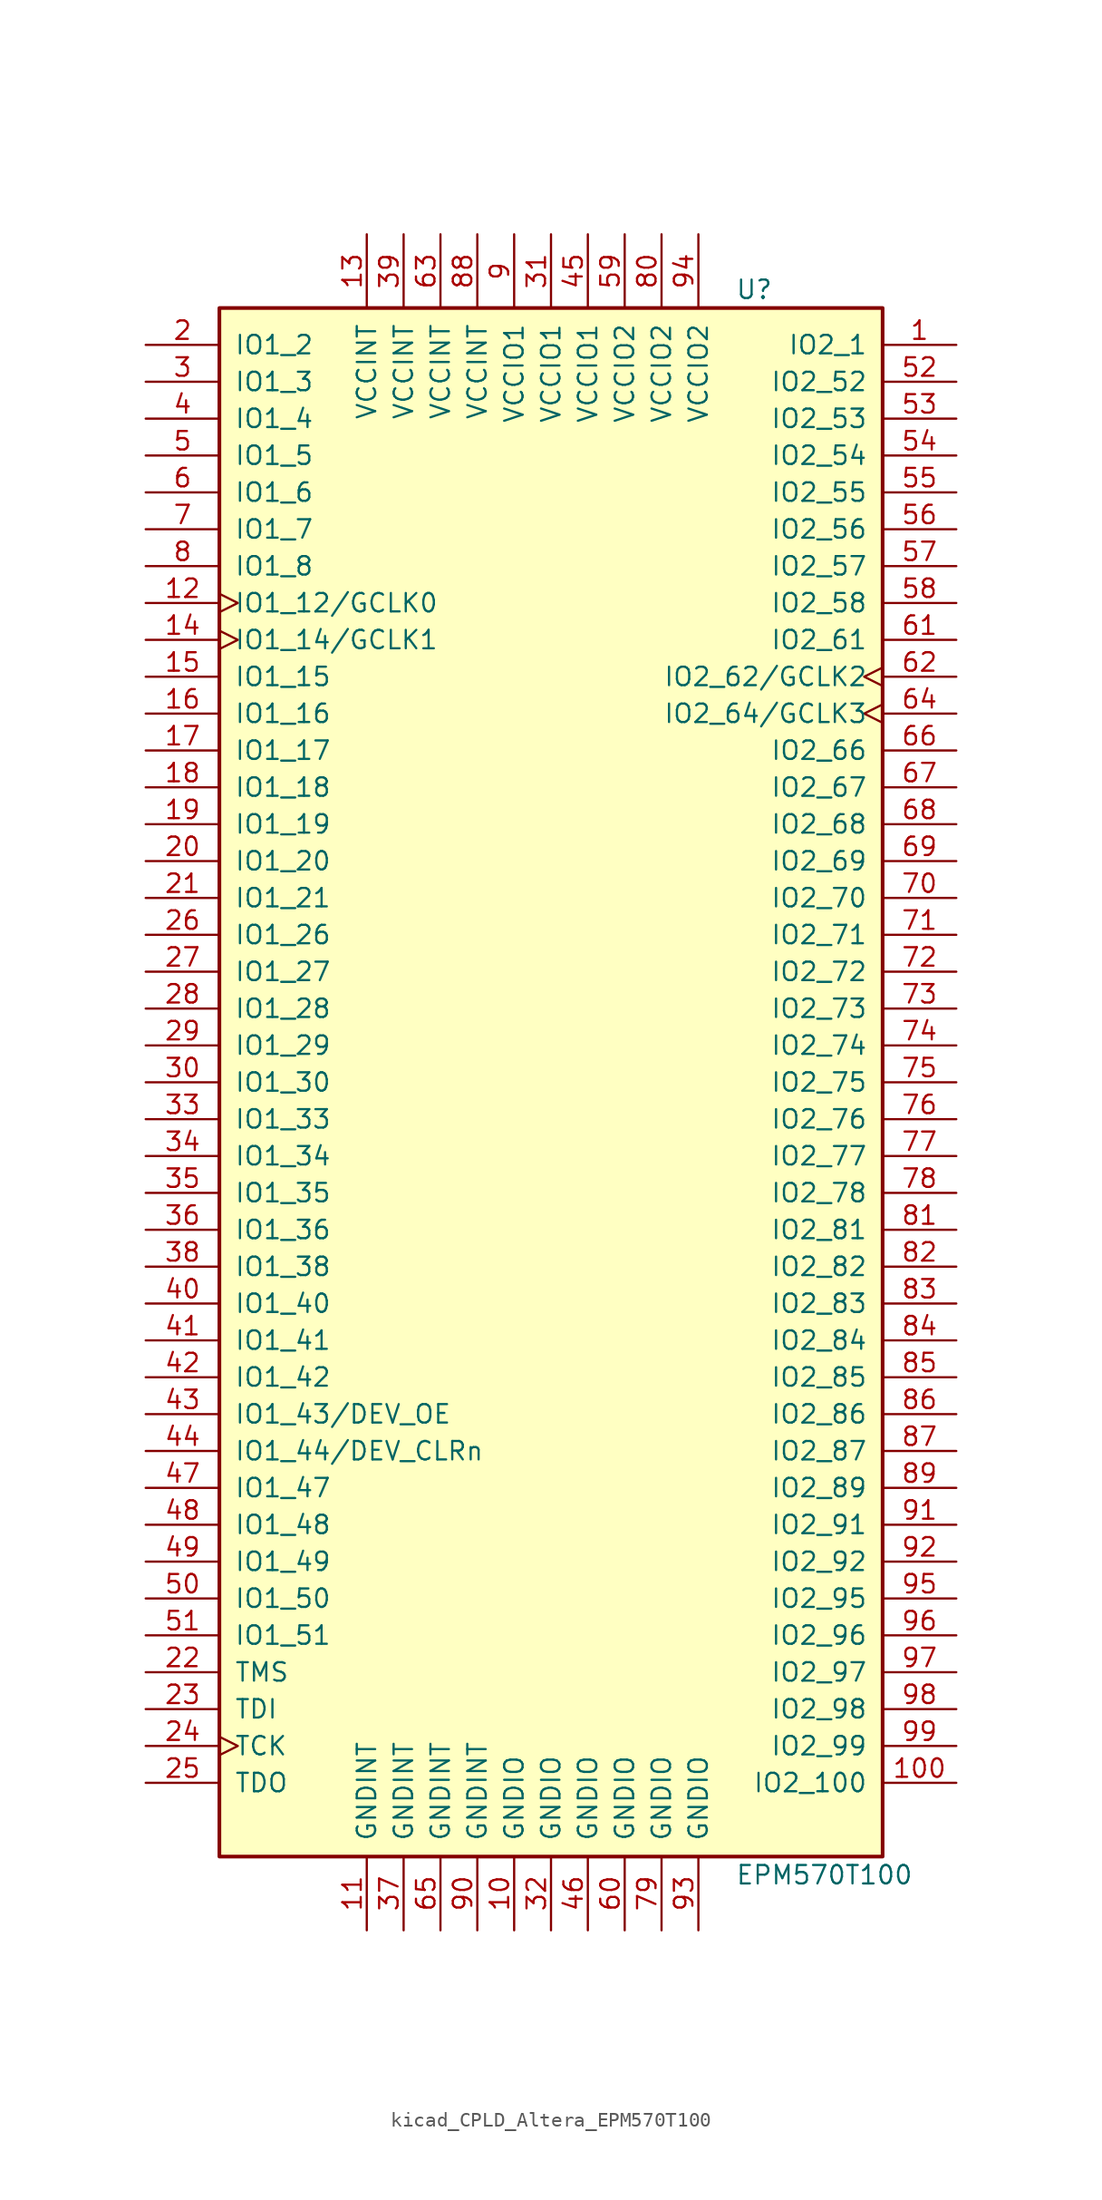
<source format=kicad_sym>
(kicad_symbol_lib
  (version 20220914)
  (generator kicad_symbol_editor)
  (symbol "kicad_CPLD_Altera_EPM570T100"
    (pin_names
      (offset 1.016))
    (property "Reference" "U"
      (at 12.7 54.61 0)
      (effects (font (size 1.27 1.27)) (justify left)))
    (property "Value" "EPM570T100"
      (at 12.7 -54.61 0)
      (effects (font (size 1.27 1.27)) (justify left)))
    (property "ki_locked" ""
      (at 0 0 0)
      (effects (font (size 1.27 1.27))))
    (symbol "kicad_CPLD_Altera_EPM570T100_1_1"
      (rectangle (start -22.86 53.34) (end 22.86 -53.34) (stroke (width 0.254) (type default)) (fill (type background)))
      (pin bidirectional line (at 27.94 50.8 180) (length 5.08) (name "IO2_1" (effects (font (size 1.27 1.27)))) (number "1" (effects (font (size 1.27 1.27)))))
      (pin power_in line (at -2.54 -58.42 90) (length 5.08) (name "GNDIO" (effects (font (size 1.27 1.27)))) (number "10" (effects (font (size 1.27 1.27)))))
      (pin bidirectional line (at 27.94 -48.26 180) (length 5.08) (name "IO2_100" (effects (font (size 1.27 1.27)))) (number "100" (effects (font (size 1.27 1.27)))))
      (pin power_in line (at -12.7 -58.42 90) (length 5.08) (name "GNDINT" (effects (font (size 1.27 1.27)))) (number "11" (effects (font (size 1.27 1.27)))))
      (pin bidirectional clock (at -27.94 33.02 0) (length 5.08) (name "IO1_12/GCLK0" (effects (font (size 1.27 1.27)))) (number "12" (effects (font (size 1.27 1.27)))))
      (pin power_in line (at -12.7 58.42 270) (length 5.08) (name "VCCINT" (effects (font (size 1.27 1.27)))) (number "13" (effects (font (size 1.27 1.27)))))
      (pin bidirectional clock (at -27.94 30.48 0) (length 5.08) (name "IO1_14/GCLK1" (effects (font (size 1.27 1.27)))) (number "14" (effects (font (size 1.27 1.27)))))
      (pin bidirectional line (at -27.94 27.94 0) (length 5.08) (name "IO1_15" (effects (font (size 1.27 1.27)))) (number "15" (effects (font (size 1.27 1.27)))))
      (pin bidirectional line (at -27.94 25.4 0) (length 5.08) (name "IO1_16" (effects (font (size 1.27 1.27)))) (number "16" (effects (font (size 1.27 1.27)))))
      (pin bidirectional line (at -27.94 22.86 0) (length 5.08) (name "IO1_17" (effects (font (size 1.27 1.27)))) (number "17" (effects (font (size 1.27 1.27)))))
      (pin bidirectional line (at -27.94 20.32 0) (length 5.08) (name "IO1_18" (effects (font (size 1.27 1.27)))) (number "18" (effects (font (size 1.27 1.27)))))
      (pin bidirectional line (at -27.94 17.78 0) (length 5.08) (name "IO1_19" (effects (font (size 1.27 1.27)))) (number "19" (effects (font (size 1.27 1.27)))))
      (pin bidirectional line (at -27.94 50.8 0) (length 5.08) (name "IO1_2" (effects (font (size 1.27 1.27)))) (number "2" (effects (font (size 1.27 1.27)))))
      (pin bidirectional line (at -27.94 15.24 0) (length 5.08) (name "IO1_20" (effects (font (size 1.27 1.27)))) (number "20" (effects (font (size 1.27 1.27)))))
      (pin bidirectional line (at -27.94 12.7 0) (length 5.08) (name "IO1_21" (effects (font (size 1.27 1.27)))) (number "21" (effects (font (size 1.27 1.27)))))
      (pin input line (at -27.94 -40.64 0) (length 5.08) (name "TMS" (effects (font (size 1.27 1.27)))) (number "22" (effects (font (size 1.27 1.27)))))
      (pin input line (at -27.94 -43.18 0) (length 5.08) (name "TDI" (effects (font (size 1.27 1.27)))) (number "23" (effects (font (size 1.27 1.27)))))
      (pin input clock (at -27.94 -45.72 0) (length 5.08) (name "TCK" (effects (font (size 1.27 1.27)))) (number "24" (effects (font (size 1.27 1.27)))))
      (pin output line (at -27.94 -48.26 0) (length 5.08) (name "TDO" (effects (font (size 1.27 1.27)))) (number "25" (effects (font (size 1.27 1.27)))))
      (pin bidirectional line (at -27.94 10.16 0) (length 5.08) (name "IO1_26" (effects (font (size 1.27 1.27)))) (number "26" (effects (font (size 1.27 1.27)))))
      (pin bidirectional line (at -27.94 7.62 0) (length 5.08) (name "IO1_27" (effects (font (size 1.27 1.27)))) (number "27" (effects (font (size 1.27 1.27)))))
      (pin bidirectional line (at -27.94 5.08 0) (length 5.08) (name "IO1_28" (effects (font (size 1.27 1.27)))) (number "28" (effects (font (size 1.27 1.27)))))
      (pin bidirectional line (at -27.94 2.54 0) (length 5.08) (name "IO1_29" (effects (font (size 1.27 1.27)))) (number "29" (effects (font (size 1.27 1.27)))))
      (pin bidirectional line (at -27.94 48.26 0) (length 5.08) (name "IO1_3" (effects (font (size 1.27 1.27)))) (number "3" (effects (font (size 1.27 1.27)))))
      (pin bidirectional line (at -27.94 0 0) (length 5.08) (name "IO1_30" (effects (font (size 1.27 1.27)))) (number "30" (effects (font (size 1.27 1.27)))))
      (pin power_in line (at 0 58.42 270) (length 5.08) (name "VCCIO1" (effects (font (size 1.27 1.27)))) (number "31" (effects (font (size 1.27 1.27)))))
      (pin power_in line (at 0 -58.42 90) (length 5.08) (name "GNDIO" (effects (font (size 1.27 1.27)))) (number "32" (effects (font (size 1.27 1.27)))))
      (pin bidirectional line (at -27.94 -2.54 0) (length 5.08) (name "IO1_33" (effects (font (size 1.27 1.27)))) (number "33" (effects (font (size 1.27 1.27)))))
      (pin bidirectional line (at -27.94 -5.08 0) (length 5.08) (name "IO1_34" (effects (font (size 1.27 1.27)))) (number "34" (effects (font (size 1.27 1.27)))))
      (pin bidirectional line (at -27.94 -7.62 0) (length 5.08) (name "IO1_35" (effects (font (size 1.27 1.27)))) (number "35" (effects (font (size 1.27 1.27)))))
      (pin bidirectional line (at -27.94 -10.16 0) (length 5.08) (name "IO1_36" (effects (font (size 1.27 1.27)))) (number "36" (effects (font (size 1.27 1.27)))))
      (pin power_in line (at -10.16 -58.42 90) (length 5.08) (name "GNDINT" (effects (font (size 1.27 1.27)))) (number "37" (effects (font (size 1.27 1.27)))))
      (pin bidirectional line (at -27.94 -12.7 0) (length 5.08) (name "IO1_38" (effects (font (size 1.27 1.27)))) (number "38" (effects (font (size 1.27 1.27)))))
      (pin power_in line (at -10.16 58.42 270) (length 5.08) (name "VCCINT" (effects (font (size 1.27 1.27)))) (number "39" (effects (font (size 1.27 1.27)))))
      (pin bidirectional line (at -27.94 45.72 0) (length 5.08) (name "IO1_4" (effects (font (size 1.27 1.27)))) (number "4" (effects (font (size 1.27 1.27)))))
      (pin bidirectional line (at -27.94 -15.24 0) (length 5.08) (name "IO1_40" (effects (font (size 1.27 1.27)))) (number "40" (effects (font (size 1.27 1.27)))))
      (pin bidirectional line (at -27.94 -17.78 0) (length 5.08) (name "IO1_41" (effects (font (size 1.27 1.27)))) (number "41" (effects (font (size 1.27 1.27)))))
      (pin bidirectional line (at -27.94 -20.32 0) (length 5.08) (name "IO1_42" (effects (font (size 1.27 1.27)))) (number "42" (effects (font (size 1.27 1.27)))))
      (pin bidirectional line (at -27.94 -22.86 0) (length 5.08) (name "IO1_43/DEV_OE" (effects (font (size 1.27 1.27)))) (number "43" (effects (font (size 1.27 1.27)))))
      (pin bidirectional line (at -27.94 -25.4 0) (length 5.08) (name "IO1_44/DEV_CLRn" (effects (font (size 1.27 1.27)))) (number "44" (effects (font (size 1.27 1.27)))))
      (pin power_in line (at 2.54 58.42 270) (length 5.08) (name "VCCIO1" (effects (font (size 1.27 1.27)))) (number "45" (effects (font (size 1.27 1.27)))))
      (pin power_in line (at 2.54 -58.42 90) (length 5.08) (name "GNDIO" (effects (font (size 1.27 1.27)))) (number "46" (effects (font (size 1.27 1.27)))))
      (pin bidirectional line (at -27.94 -27.94 0) (length 5.08) (name "IO1_47" (effects (font (size 1.27 1.27)))) (number "47" (effects (font (size 1.27 1.27)))))
      (pin bidirectional line (at -27.94 -30.48 0) (length 5.08) (name "IO1_48" (effects (font (size 1.27 1.27)))) (number "48" (effects (font (size 1.27 1.27)))))
      (pin bidirectional line (at -27.94 -33.02 0) (length 5.08) (name "IO1_49" (effects (font (size 1.27 1.27)))) (number "49" (effects (font (size 1.27 1.27)))))
      (pin bidirectional line (at -27.94 43.18 0) (length 5.08) (name "IO1_5" (effects (font (size 1.27 1.27)))) (number "5" (effects (font (size 1.27 1.27)))))
      (pin bidirectional line (at -27.94 -35.56 0) (length 5.08) (name "IO1_50" (effects (font (size 1.27 1.27)))) (number "50" (effects (font (size 1.27 1.27)))))
      (pin bidirectional line (at -27.94 -38.1 0) (length 5.08) (name "IO1_51" (effects (font (size 1.27 1.27)))) (number "51" (effects (font (size 1.27 1.27)))))
      (pin bidirectional line (at 27.94 48.26 180) (length 5.08) (name "IO2_52" (effects (font (size 1.27 1.27)))) (number "52" (effects (font (size 1.27 1.27)))))
      (pin bidirectional line (at 27.94 45.72 180) (length 5.08) (name "IO2_53" (effects (font (size 1.27 1.27)))) (number "53" (effects (font (size 1.27 1.27)))))
      (pin bidirectional line (at 27.94 43.18 180) (length 5.08) (name "IO2_54" (effects (font (size 1.27 1.27)))) (number "54" (effects (font (size 1.27 1.27)))))
      (pin bidirectional line (at 27.94 40.64 180) (length 5.08) (name "IO2_55" (effects (font (size 1.27 1.27)))) (number "55" (effects (font (size 1.27 1.27)))))
      (pin bidirectional line (at 27.94 38.1 180) (length 5.08) (name "IO2_56" (effects (font (size 1.27 1.27)))) (number "56" (effects (font (size 1.27 1.27)))))
      (pin bidirectional line (at 27.94 35.56 180) (length 5.08) (name "IO2_57" (effects (font (size 1.27 1.27)))) (number "57" (effects (font (size 1.27 1.27)))))
      (pin bidirectional line (at 27.94 33.02 180) (length 5.08) (name "IO2_58" (effects (font (size 1.27 1.27)))) (number "58" (effects (font (size 1.27 1.27)))))
      (pin power_in line (at 5.08 58.42 270) (length 5.08) (name "VCCIO2" (effects (font (size 1.27 1.27)))) (number "59" (effects (font (size 1.27 1.27)))))
      (pin bidirectional line (at -27.94 40.64 0) (length 5.08) (name "IO1_6" (effects (font (size 1.27 1.27)))) (number "6" (effects (font (size 1.27 1.27)))))
      (pin power_in line (at 5.08 -58.42 90) (length 5.08) (name "GNDIO" (effects (font (size 1.27 1.27)))) (number "60" (effects (font (size 1.27 1.27)))))
      (pin bidirectional line (at 27.94 30.48 180) (length 5.08) (name "IO2_61" (effects (font (size 1.27 1.27)))) (number "61" (effects (font (size 1.27 1.27)))))
      (pin bidirectional clock (at 27.94 27.94 180) (length 5.08) (name "IO2_62/GCLK2" (effects (font (size 1.27 1.27)))) (number "62" (effects (font (size 1.27 1.27)))))
      (pin power_in line (at -7.62 58.42 270) (length 5.08) (name "VCCINT" (effects (font (size 1.27 1.27)))) (number "63" (effects (font (size 1.27 1.27)))))
      (pin bidirectional clock (at 27.94 25.4 180) (length 5.08) (name "IO2_64/GCLK3" (effects (font (size 1.27 1.27)))) (number "64" (effects (font (size 1.27 1.27)))))
      (pin power_in line (at -7.62 -58.42 90) (length 5.08) (name "GNDINT" (effects (font (size 1.27 1.27)))) (number "65" (effects (font (size 1.27 1.27)))))
      (pin bidirectional line (at 27.94 22.86 180) (length 5.08) (name "IO2_66" (effects (font (size 1.27 1.27)))) (number "66" (effects (font (size 1.27 1.27)))))
      (pin bidirectional line (at 27.94 20.32 180) (length 5.08) (name "IO2_67" (effects (font (size 1.27 1.27)))) (number "67" (effects (font (size 1.27 1.27)))))
      (pin bidirectional line (at 27.94 17.78 180) (length 5.08) (name "IO2_68" (effects (font (size 1.27 1.27)))) (number "68" (effects (font (size 1.27 1.27)))))
      (pin bidirectional line (at 27.94 15.24 180) (length 5.08) (name "IO2_69" (effects (font (size 1.27 1.27)))) (number "69" (effects (font (size 1.27 1.27)))))
      (pin bidirectional line (at -27.94 38.1 0) (length 5.08) (name "IO1_7" (effects (font (size 1.27 1.27)))) (number "7" (effects (font (size 1.27 1.27)))))
      (pin bidirectional line (at 27.94 12.7 180) (length 5.08) (name "IO2_70" (effects (font (size 1.27 1.27)))) (number "70" (effects (font (size 1.27 1.27)))))
      (pin bidirectional line (at 27.94 10.16 180) (length 5.08) (name "IO2_71" (effects (font (size 1.27 1.27)))) (number "71" (effects (font (size 1.27 1.27)))))
      (pin bidirectional line (at 27.94 7.62 180) (length 5.08) (name "IO2_72" (effects (font (size 1.27 1.27)))) (number "72" (effects (font (size 1.27 1.27)))))
      (pin bidirectional line (at 27.94 5.08 180) (length 5.08) (name "IO2_73" (effects (font (size 1.27 1.27)))) (number "73" (effects (font (size 1.27 1.27)))))
      (pin bidirectional line (at 27.94 2.54 180) (length 5.08) (name "IO2_74" (effects (font (size 1.27 1.27)))) (number "74" (effects (font (size 1.27 1.27)))))
      (pin bidirectional line (at 27.94 0 180) (length 5.08) (name "IO2_75" (effects (font (size 1.27 1.27)))) (number "75" (effects (font (size 1.27 1.27)))))
      (pin bidirectional line (at 27.94 -2.54 180) (length 5.08) (name "IO2_76" (effects (font (size 1.27 1.27)))) (number "76" (effects (font (size 1.27 1.27)))))
      (pin bidirectional line (at 27.94 -5.08 180) (length 5.08) (name "IO2_77" (effects (font (size 1.27 1.27)))) (number "77" (effects (font (size 1.27 1.27)))))
      (pin bidirectional line (at 27.94 -7.62 180) (length 5.08) (name "IO2_78" (effects (font (size 1.27 1.27)))) (number "78" (effects (font (size 1.27 1.27)))))
      (pin power_in line (at 7.62 -58.42 90) (length 5.08) (name "GNDIO" (effects (font (size 1.27 1.27)))) (number "79" (effects (font (size 1.27 1.27)))))
      (pin bidirectional line (at -27.94 35.56 0) (length 5.08) (name "IO1_8" (effects (font (size 1.27 1.27)))) (number "8" (effects (font (size 1.27 1.27)))))
      (pin power_in line (at 7.62 58.42 270) (length 5.08) (name "VCCIO2" (effects (font (size 1.27 1.27)))) (number "80" (effects (font (size 1.27 1.27)))))
      (pin bidirectional line (at 27.94 -10.16 180) (length 5.08) (name "IO2_81" (effects (font (size 1.27 1.27)))) (number "81" (effects (font (size 1.27 1.27)))))
      (pin bidirectional line (at 27.94 -12.7 180) (length 5.08) (name "IO2_82" (effects (font (size 1.27 1.27)))) (number "82" (effects (font (size 1.27 1.27)))))
      (pin bidirectional line (at 27.94 -15.24 180) (length 5.08) (name "IO2_83" (effects (font (size 1.27 1.27)))) (number "83" (effects (font (size 1.27 1.27)))))
      (pin bidirectional line (at 27.94 -17.78 180) (length 5.08) (name "IO2_84" (effects (font (size 1.27 1.27)))) (number "84" (effects (font (size 1.27 1.27)))))
      (pin bidirectional line (at 27.94 -20.32 180) (length 5.08) (name "IO2_85" (effects (font (size 1.27 1.27)))) (number "85" (effects (font (size 1.27 1.27)))))
      (pin bidirectional line (at 27.94 -22.86 180) (length 5.08) (name "IO2_86" (effects (font (size 1.27 1.27)))) (number "86" (effects (font (size 1.27 1.27)))))
      (pin bidirectional line (at 27.94 -25.4 180) (length 5.08) (name "IO2_87" (effects (font (size 1.27 1.27)))) (number "87" (effects (font (size 1.27 1.27)))))
      (pin power_in line (at -5.08 58.42 270) (length 5.08) (name "VCCINT" (effects (font (size 1.27 1.27)))) (number "88" (effects (font (size 1.27 1.27)))))
      (pin bidirectional line (at 27.94 -27.94 180) (length 5.08) (name "IO2_89" (effects (font (size 1.27 1.27)))) (number "89" (effects (font (size 1.27 1.27)))))
      (pin power_in line (at -2.54 58.42 270) (length 5.08) (name "VCCIO1" (effects (font (size 1.27 1.27)))) (number "9" (effects (font (size 1.27 1.27)))))
      (pin power_in line (at -5.08 -58.42 90) (length 5.08) (name "GNDINT" (effects (font (size 1.27 1.27)))) (number "90" (effects (font (size 1.27 1.27)))))
      (pin bidirectional line (at 27.94 -30.48 180) (length 5.08) (name "IO2_91" (effects (font (size 1.27 1.27)))) (number "91" (effects (font (size 1.27 1.27)))))
      (pin bidirectional line (at 27.94 -33.02 180) (length 5.08) (name "IO2_92" (effects (font (size 1.27 1.27)))) (number "92" (effects (font (size 1.27 1.27)))))
      (pin power_in line (at 10.16 -58.42 90) (length 5.08) (name "GNDIO" (effects (font (size 1.27 1.27)))) (number "93" (effects (font (size 1.27 1.27)))))
      (pin power_in line (at 10.16 58.42 270) (length 5.08) (name "VCCIO2" (effects (font (size 1.27 1.27)))) (number "94" (effects (font (size 1.27 1.27)))))
      (pin bidirectional line (at 27.94 -35.56 180) (length 5.08) (name "IO2_95" (effects (font (size 1.27 1.27)))) (number "95" (effects (font (size 1.27 1.27)))))
      (pin bidirectional line (at 27.94 -38.1 180) (length 5.08) (name "IO2_96" (effects (font (size 1.27 1.27)))) (number "96" (effects (font (size 1.27 1.27)))))
      (pin bidirectional line (at 27.94 -40.64 180) (length 5.08) (name "IO2_97" (effects (font (size 1.27 1.27)))) (number "97" (effects (font (size 1.27 1.27)))))
      (pin bidirectional line (at 27.94 -43.18 180) (length 5.08) (name "IO2_98" (effects (font (size 1.27 1.27)))) (number "98" (effects (font (size 1.27 1.27)))))
      (pin bidirectional line (at 27.94 -45.72 180) (length 5.08) (name "IO2_99" (effects (font (size 1.27 1.27)))) (number "99" (effects (font (size 1.27 1.27))))))))
</source>
